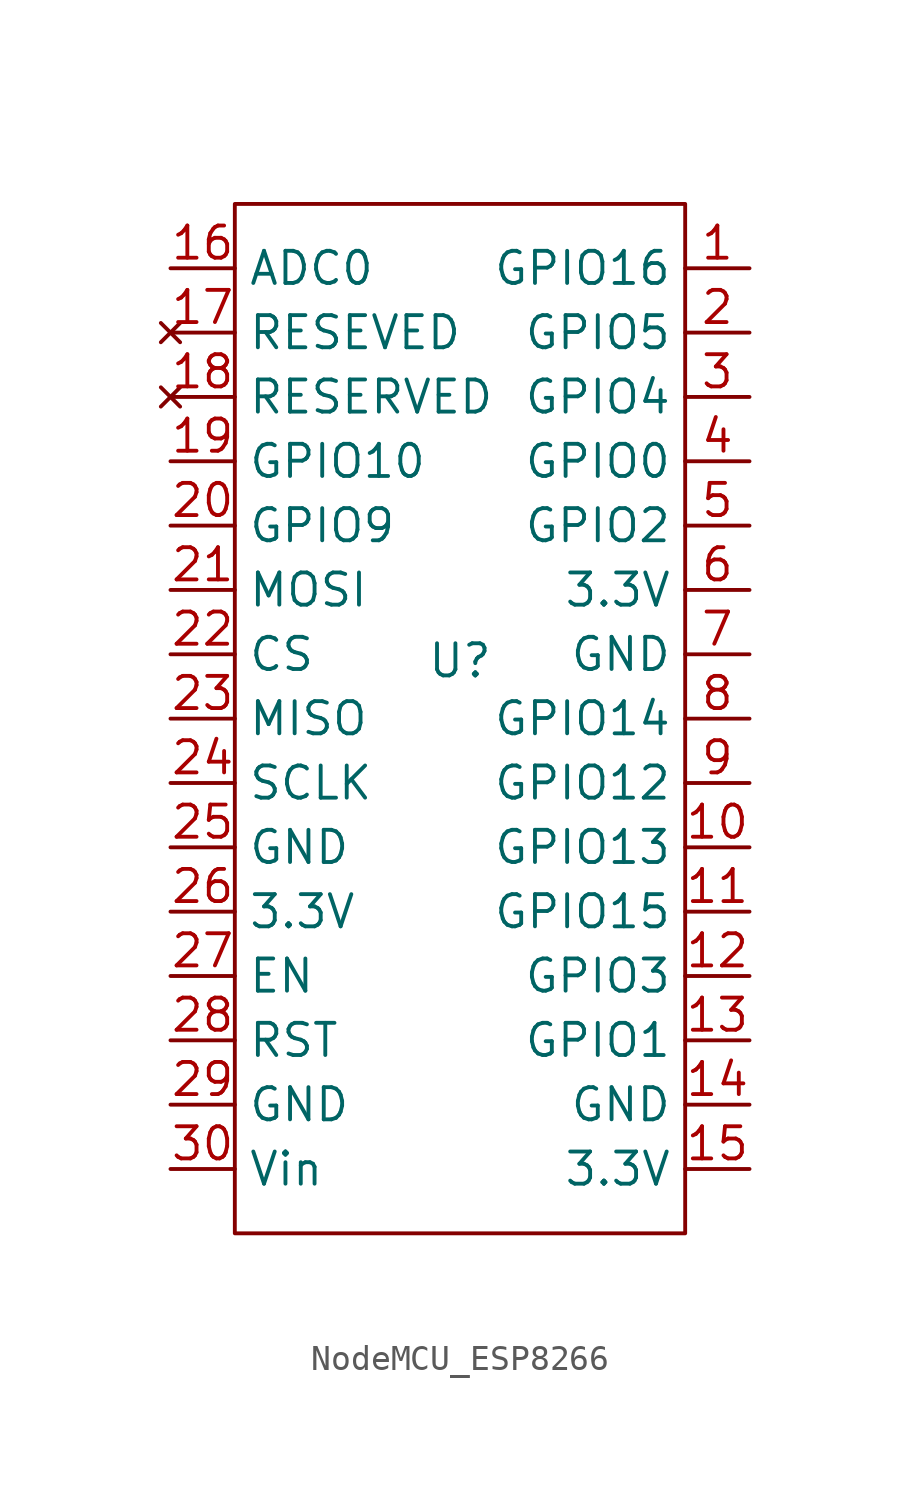
<source format=kicad_sym>
(kicad_symbol_lib
  (version 20241209)
  (generator "kicad_symbol_editor")
  (generator_version "9.0")
  (symbol "NodeMCU_ESP8266"
    (property "Reference" "U"
      (at 0 -9.144 0)
      (effects (font (size 1.27 1.27))))
    (property "Value" ""
      (at 0 0 0)
      (effects (font (size 1.27 1.27))))
    (symbol "NodeMCU_ESP8266_0_1"
      (rectangle (start -8.89 8.89) (end 8.89 -31.75) (stroke (width 0) (type default)) (fill (type none))))
    (symbol "NodeMCU_ESP8266_1_1"
      (pin input line (at -11.43 6.35 0) (length 2.54) (name "ADC0" (effects (font (size 1.27 1.27)))) (number "16" (effects (font (size 1.27 1.27)))))
      (pin no_connect line (at -11.43 3.81 0) (length 2.54) (name "RESEVED" (effects (font (size 1.27 1.27)))) (number "17" (effects (font (size 1.27 1.27)))))
      (pin no_connect line (at -11.43 1.27 0) (length 2.54) (name "RESERVED" (effects (font (size 1.27 1.27)))) (number "18" (effects (font (size 1.27 1.27)))))
      (pin bidirectional line (at -11.43 -1.27 0) (length 2.54) (name "GPIO10" (effects (font (size 1.27 1.27)))) (number "19" (effects (font (size 1.27 1.27)))))
      (pin bidirectional line (at -11.43 -3.81 0) (length 2.54) (name "GPIO9" (effects (font (size 1.27 1.27)))) (number "20" (effects (font (size 1.27 1.27)))))
      (pin bidirectional line (at -11.43 -6.35 0) (length 2.54) (name "MOSI" (effects (font (size 1.27 1.27)))) (number "21" (effects (font (size 1.27 1.27)))))
      (pin bidirectional line (at -11.43 -8.89 0) (length 2.54) (name "CS" (effects (font (size 1.27 1.27)))) (number "22" (effects (font (size 1.27 1.27)))))
      (pin bidirectional line (at -11.43 -11.43 0) (length 2.54) (name "MISO" (effects (font (size 1.27 1.27)))) (number "23" (effects (font (size 1.27 1.27)))))
      (pin bidirectional line (at -11.43 -13.97 0) (length 2.54) (name "SCLK" (effects (font (size 1.27 1.27)))) (number "24" (effects (font (size 1.27 1.27)))))
      (pin power_in line (at -11.43 -16.51 0) (length 2.54) (name "GND" (effects (font (size 1.27 1.27)))) (number "25" (effects (font (size 1.27 1.27)))))
      (pin power_out line (at -11.43 -19.05 0) (length 2.54) (name "3.3V" (effects (font (size 1.27 1.27)))) (number "26" (effects (font (size 1.27 1.27)))))
      (pin input line (at -11.43 -21.59 0) (length 2.54) (name "EN" (effects (font (size 1.27 1.27)))) (number "27" (effects (font (size 1.27 1.27)))))
      (pin input line (at -11.43 -24.13 0) (length 2.54) (name "RST" (effects (font (size 1.27 1.27)))) (number "28" (effects (font (size 1.27 1.27)))))
      (pin power_in line (at -11.43 -26.67 0) (length 2.54) (name "GND" (effects (font (size 1.27 1.27)))) (number "29" (effects (font (size 1.27 1.27)))))
      (pin power_in line (at -11.43 -29.21 0) (length 2.54) (name "Vin" (effects (font (size 1.27 1.27)))) (number "30" (effects (font (size 1.27 1.27)))))
      (pin bidirectional line (at 11.43 6.35 180) (length 2.54) (name "GPIO16" (effects (font (size 1.27 1.27)))) (number "1" (effects (font (size 1.27 1.27)))))
      (pin bidirectional line (at 11.43 3.81 180) (length 2.54) (name "GPIO5" (effects (font (size 1.27 1.27)))) (number "2" (effects (font (size 1.27 1.27)))))
      (pin bidirectional line (at 11.43 1.27 180) (length 2.54) (name "GPIO4" (effects (font (size 1.27 1.27)))) (number "3" (effects (font (size 1.27 1.27)))))
      (pin bidirectional line (at 11.43 -1.27 180) (length 2.54) (name "GPIO0" (effects (font (size 1.27 1.27)))) (number "4" (effects (font (size 1.27 1.27)))))
      (pin bidirectional line (at 11.43 -3.81 180) (length 2.54) (name "GPIO2" (effects (font (size 1.27 1.27)))) (number "5" (effects (font (size 1.27 1.27)))))
      (pin power_out line (at 11.43 -6.35 180) (length 2.54) (name "3.3V" (effects (font (size 1.27 1.27)))) (number "6" (effects (font (size 1.27 1.27)))))
      (pin power_out line (at 11.43 -8.89 180) (length 2.54) (name "GND" (effects (font (size 1.27 1.27)))) (number "7" (effects (font (size 1.27 1.27)))))
      (pin bidirectional line (at 11.43 -11.43 180) (length 2.54) (name "GPIO14" (effects (font (size 1.27 1.27)))) (number "8" (effects (font (size 1.27 1.27)))))
      (pin bidirectional line (at 11.43 -13.97 180) (length 2.54) (name "GPIO12" (effects (font (size 1.27 1.27)))) (number "9" (effects (font (size 1.27 1.27)))))
      (pin bidirectional line (at 11.43 -16.51 180) (length 2.54) (name "GPIO13" (effects (font (size 1.27 1.27)))) (number "10" (effects (font (size 1.27 1.27)))))
      (pin bidirectional line (at 11.43 -19.05 180) (length 2.54) (name "GPIO15" (effects (font (size 1.27 1.27)))) (number "11" (effects (font (size 1.27 1.27)))))
      (pin input line (at 11.43 -21.59 180) (length 2.54) (name "GPIO3" (effects (font (size 1.27 1.27)))) (number "12" (effects (font (size 1.27 1.27)))))
      (pin output line (at 11.43 -24.13 180) (length 2.54) (name "GPIO1" (effects (font (size 1.27 1.27)))) (number "13" (effects (font (size 1.27 1.27)))))
      (pin power_out line (at 11.43 -26.67 180) (length 2.54) (name "GND" (effects (font (size 1.27 1.27)))) (number "14" (effects (font (size 1.27 1.27)))))
      (pin power_out line (at 11.43 -29.21 180) (length 2.54) (name "3.3V" (effects (font (size 1.27 1.27)))) (number "15" (effects (font (size 1.27 1.27))))))))
</source>
